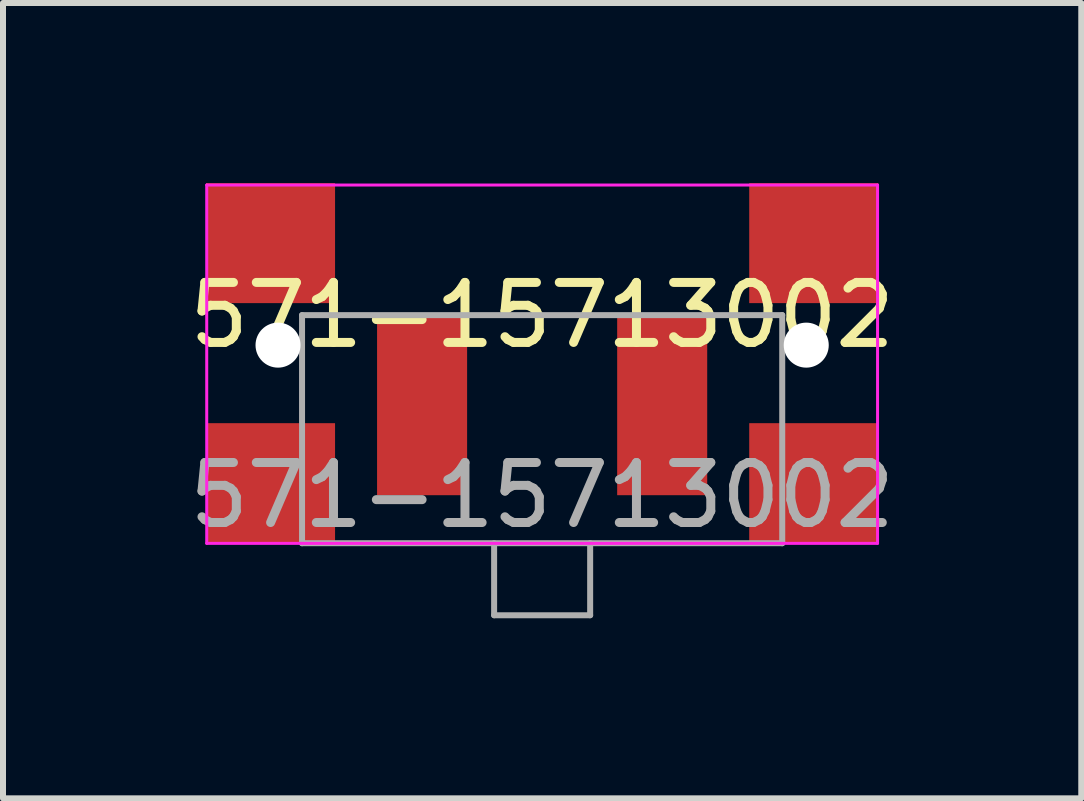
<source format=kicad_pcb>
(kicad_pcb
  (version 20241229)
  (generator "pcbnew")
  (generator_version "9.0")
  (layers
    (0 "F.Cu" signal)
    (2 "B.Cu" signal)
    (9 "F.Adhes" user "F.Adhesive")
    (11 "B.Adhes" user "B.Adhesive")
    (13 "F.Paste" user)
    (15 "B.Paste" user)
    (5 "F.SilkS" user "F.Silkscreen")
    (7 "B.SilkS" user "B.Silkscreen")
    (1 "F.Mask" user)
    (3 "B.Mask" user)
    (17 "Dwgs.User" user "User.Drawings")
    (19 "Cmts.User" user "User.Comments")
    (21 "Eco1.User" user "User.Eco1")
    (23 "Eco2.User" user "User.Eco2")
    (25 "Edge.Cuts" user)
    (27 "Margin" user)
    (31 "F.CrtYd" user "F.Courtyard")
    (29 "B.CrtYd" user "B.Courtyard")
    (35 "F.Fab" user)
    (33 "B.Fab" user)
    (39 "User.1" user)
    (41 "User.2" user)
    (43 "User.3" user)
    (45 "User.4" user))
  (footprint "571-15713002"
    (layer "F.Cu")
    (at 5.982 2.7)
    (property "Reference" "571-15713002" (at 0 -0.5 0) (unlocked yes) (layer "F.SilkS") (effects (font (size 1 1) (thickness 0.15))))
    (attr smd)
    (fp_line (start -5.588 -2.667) (end 5.588 -2.667) (stroke (width 0.05) (type solid)) (layer "F.CrtYd"))
    (fp_line (start -5.588 3.302) (end -5.588 -2.667) (stroke (width 0.05) (type solid)) (layer "F.CrtYd"))
    (fp_line (start 5.588 -2.667) (end 5.588 3.302) (stroke (width 0.05) (type solid)) (layer "F.CrtYd"))
    (fp_line (start 5.588 3.302) (end -5.588 3.302) (stroke (width 0.05) (type solid)) (layer "F.CrtYd"))
    (fp_line (start -4 -0.5) (end 4 -0.5) (stroke (width 0.1) (type solid)) (layer "F.Fab"))
    (fp_line (start -4 3.3) (end -4 -0.5) (stroke (width 0.1) (type solid)) (layer "F.Fab"))
    (fp_line (start -0.8 3.3) (end -0.8 4.5) (stroke (width 0.1) (type solid)) (layer "F.Fab"))
    (fp_line (start -0.8 4.5) (end 0.8 4.5) (stroke (width 0.1) (type solid)) (layer "F.Fab"))
    (fp_line (start 0.8 4.5) (end 0.8 3.3) (stroke (width 0.1) (type solid)) (layer "F.Fab"))
    (fp_line (start 4 -0.5) (end 4 3.3) (stroke (width 0.1) (type solid)) (layer "F.Fab"))
    (fp_line (start 4 3.3) (end -4 3.3) (stroke (width 0.1) (type solid)) (layer "F.Fab"))
    (fp_text user "${REFERENCE}" (at 0 2.5 0) (unlocked yes) (layer "F.Fab") (effects (font (size 1 1) (thickness 0.15))))
    (pad "" np_thru_hole circle (at -4.4 0 90) (size 0.75 0.75) (drill 0.75) (layers "*.Cu" "*.Mask"))
    (pad "" np_thru_hole circle (at 4.4 0 90) (size 0.75 0.75) (drill 0.75) (layers "*.Cu" "*.Mask"))
    (pad "1" smd rect (at -2 1 90) (size 3 1.5) (layers "F.Cu" "F.Mask" "F.Paste"))
    (pad "2" smd rect (at 2 1 90) (size 3 1.5) (layers "F.Cu" "F.Mask" "F.Paste"))
    (pad "SH" smd rect (at -4.525 -1.7 90) (size 2 2.15) (layers "F.Cu" "F.Mask" "F.Paste"))
    (pad "SH" smd rect (at -4.525 2.3 90) (size 2 2.15) (layers "F.Cu" "F.Mask" "F.Paste"))
    (pad "SH" smd rect (at 4.525 -1.7 90) (size 2 2.15) (layers "F.Cu" "F.Mask" "F.Paste"))
    (pad "SH" smd rect (at 4.525 2.3 90) (size 2 2.15) (layers "F.Cu" "F.Mask" "F.Paste")))
  (gr_rect
    (start -3 -3)
    (end 14.964 10.25)
    (stroke (width 0.1) (type default))
    (fill no)
    (layer "Edge.Cuts")))
</source>
